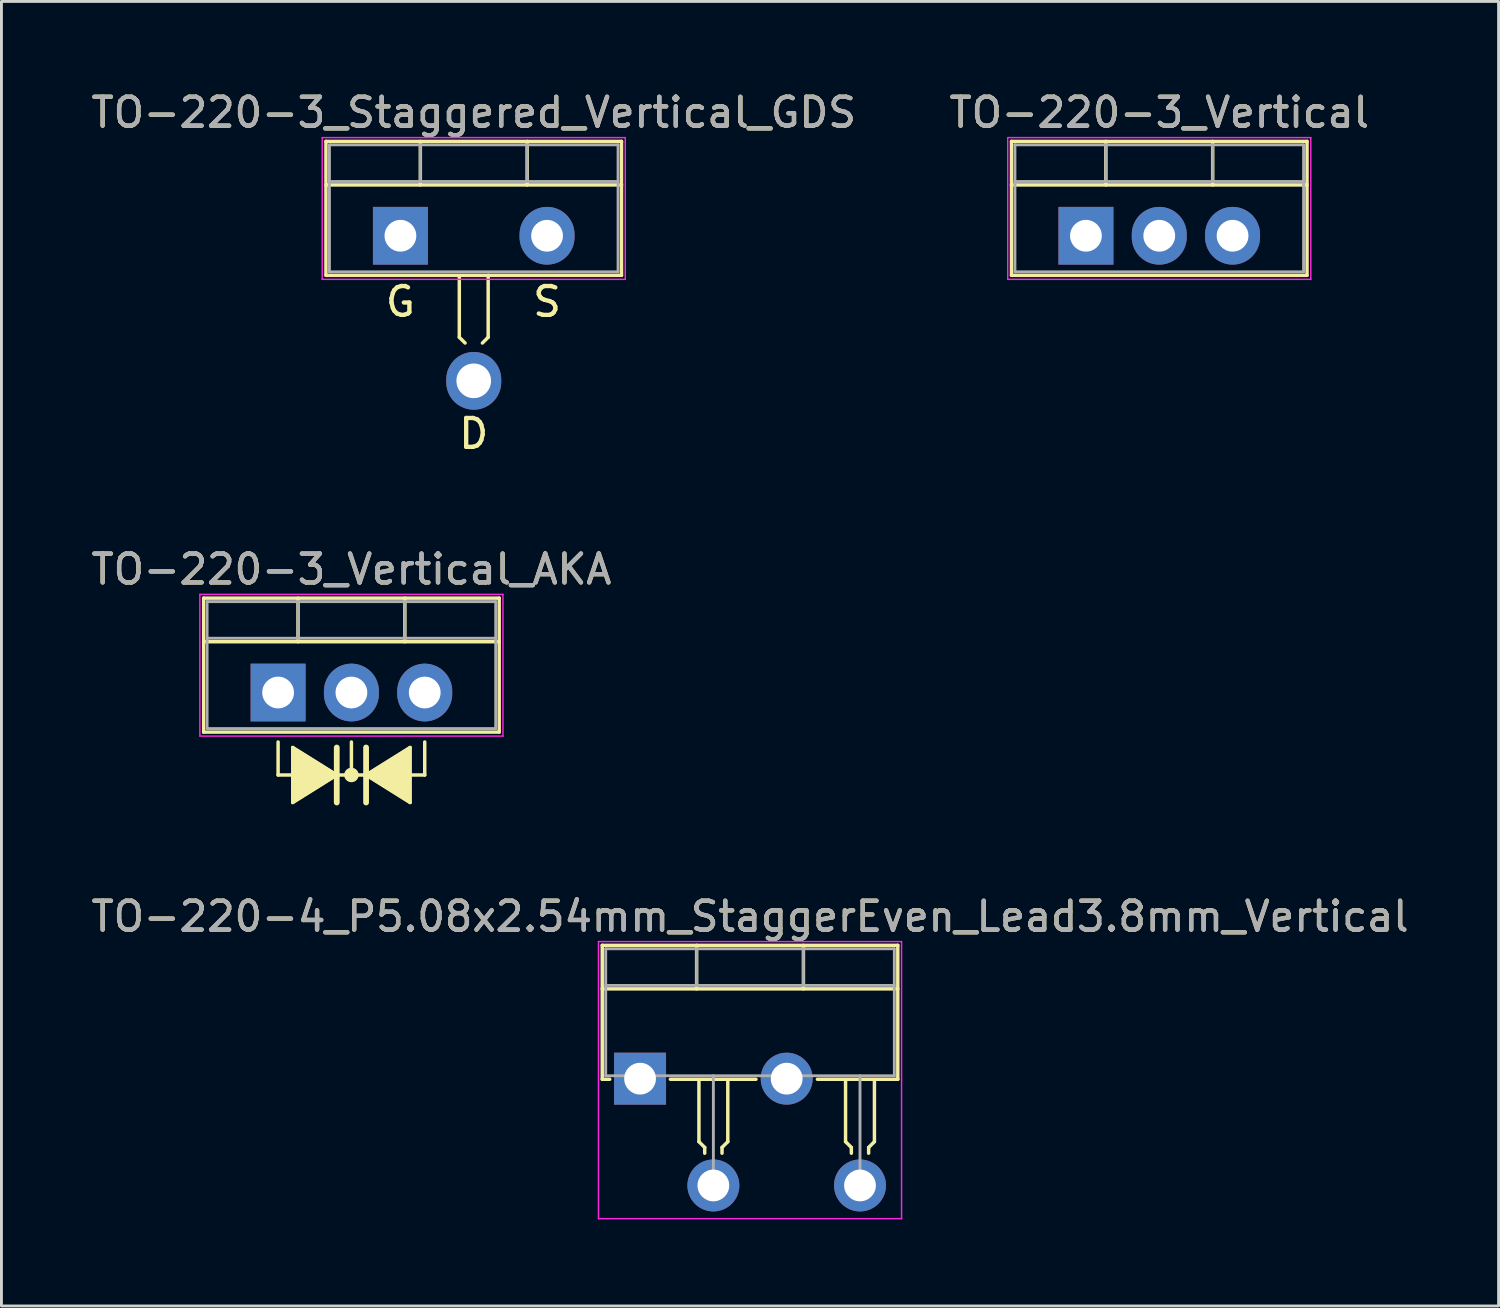
<source format=kicad_pcb>
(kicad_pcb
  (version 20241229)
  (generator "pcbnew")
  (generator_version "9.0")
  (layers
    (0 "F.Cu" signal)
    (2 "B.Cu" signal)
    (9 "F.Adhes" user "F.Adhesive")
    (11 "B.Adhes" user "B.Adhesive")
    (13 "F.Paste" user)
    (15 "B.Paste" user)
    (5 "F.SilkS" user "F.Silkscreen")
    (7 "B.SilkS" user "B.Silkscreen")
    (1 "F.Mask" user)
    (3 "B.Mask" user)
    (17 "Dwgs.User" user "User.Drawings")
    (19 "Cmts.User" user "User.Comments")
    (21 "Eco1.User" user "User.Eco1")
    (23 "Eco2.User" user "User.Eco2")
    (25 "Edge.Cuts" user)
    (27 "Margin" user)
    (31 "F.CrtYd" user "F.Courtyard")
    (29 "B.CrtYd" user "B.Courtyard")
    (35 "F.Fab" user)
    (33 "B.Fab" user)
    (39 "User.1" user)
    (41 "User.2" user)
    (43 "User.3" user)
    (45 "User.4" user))
  (footprint "TO-220-3_Staggered_Vertical_GDS"
    (layer "F.Cu")
    (at 10.823 5.118)
    (property "Reference" "TO-220-3_Staggered_Vertical_GDS" (at 2.54 -4.27 0) (layer "F.SilkS") (effects (font (size 1 1) (thickness 0.15))))
    (attr through_hole)
    (fp_line (start -2.58 -3.27) (end -2.58 1.371) (stroke (width 0.12) (type solid)) (layer "F.SilkS"))
    (fp_line (start -2.58 -3.27) (end 7.66 -3.27) (stroke (width 0.12) (type solid)) (layer "F.SilkS"))
    (fp_line (start -2.58 -1.76) (end 7.66 -1.76) (stroke (width 0.12) (type solid)) (layer "F.SilkS"))
    (fp_line (start -2.58 1.371) (end 3.048 1.371) (stroke (width 0.12) (type solid)) (layer "F.SilkS"))
    (fp_line (start 0.69 -3.27) (end 0.69 -1.76) (stroke (width 0.12) (type solid)) (layer "F.SilkS"))
    (fp_line (start 2.04 1.417) (end 2.04 3.517) (stroke (width 0.12) (type solid)) (layer "F.SilkS"))
    (fp_line (start 2.04 3.517) (end 2.24 3.716) (stroke (width 0.12) (type solid)) (layer "F.SilkS"))
    (fp_line (start 3.04 1.417) (end 3.04 3.517) (stroke (width 0.12) (type solid)) (layer "F.SilkS"))
    (fp_line (start 3.04 3.517) (end 2.84 3.716) (stroke (width 0.12) (type solid)) (layer "F.SilkS"))
    (fp_line (start 4.391 -3.27) (end 4.391 -1.76) (stroke (width 0.12) (type solid)) (layer "F.SilkS"))
    (fp_line (start 7.66 -3.27) (end 7.66 1.371) (stroke (width 0.12) (type solid)) (layer "F.SilkS"))
    (fp_line (start 7.66 1.371) (end 3.048 1.371) (stroke (width 0.12) (type solid)) (layer "F.SilkS"))
    (fp_line (start -2.71 -3.4) (end -2.71 1.51) (stroke (width 0.05) (type solid)) (layer "F.CrtYd"))
    (fp_line (start -2.71 1.51) (end 7.79 1.51) (stroke (width 0.05) (type solid)) (layer "F.CrtYd"))
    (fp_line (start 7.79 -3.4) (end -2.71 -3.4) (stroke (width 0.05) (type solid)) (layer "F.CrtYd"))
    (fp_line (start 7.79 1.51) (end 7.79 -3.4) (stroke (width 0.05) (type solid)) (layer "F.CrtYd"))
    (fp_line (start -2.46 -3.15) (end -2.46 1.25) (stroke (width 0.1) (type solid)) (layer "F.Fab"))
    (fp_line (start -2.46 -1.88) (end 7.54 -1.88) (stroke (width 0.1) (type solid)) (layer "F.Fab"))
    (fp_line (start -2.46 1.25) (end 7.54 1.25) (stroke (width 0.1) (type solid)) (layer "F.Fab"))
    (fp_line (start 0.69 -3.15) (end 0.69 -1.88) (stroke (width 0.1) (type solid)) (layer "F.Fab"))
    (fp_line (start 4.39 -3.15) (end 4.39 -1.88) (stroke (width 0.1) (type solid)) (layer "F.Fab"))
    (fp_line (start 7.54 -3.15) (end -2.46 -3.15) (stroke (width 0.1) (type solid)) (layer "F.Fab"))
    (fp_line (start 7.54 1.25) (end 7.54 -3.15) (stroke (width 0.1) (type solid)) (layer "F.Fab"))
    (fp_text user "S" (at 5.08 2.286 0) (layer "F.SilkS") (effects (font (size 1 1) (thickness 0.15))))
    (fp_text user "G" (at 0 2.286 0) (layer "F.SilkS") (effects (font (size 1 1) (thickness 0.15))))
    (fp_text user "D" (at 2.54 6.858 0) (layer "F.SilkS") (effects (font (size 1 1) (thickness 0.15))))
    (fp_text user "${REFERENCE}" (at 2.54 -4.27 0) (layer "F.Fab") (effects (font (size 1 1) (thickness 0.15))))
    (pad "1" thru_hole rect (at 0 0) (size 1.905 2) (drill 1.1) (layers "*.Cu" "*.Mask"))
    (pad "2" thru_hole oval (at 2.54 5.026) (size 1.905 2) (drill 1.2) (layers "*.Cu" "*.Mask"))
    (pad "3" thru_hole oval (at 5.08 0) (size 1.905 2) (drill 1.1) (layers "*.Cu" "*.Mask")))
  (footprint "TO-220-4_P5.08x2.54mm_StaggerEven_Lead3.8mm_Vertical"
    (layer "F.Cu")
    (at 19.125 34.321)
    (property "Reference" "TO-220-4_P5.08x2.54mm_StaggerEven_Lead3.8mm_Vertical" (at 3.81 -5.62 0) (layer "F.SilkS") (effects (font (size 1 1) (thickness 0.15))))
    (attr through_hole)
    (fp_line (start -1.31 -4.62) (end -1.31 0.021) (stroke (width 0.12) (type solid)) (layer "F.SilkS"))
    (fp_line (start -1.31 -4.62) (end 8.93 -4.62) (stroke (width 0.12) (type solid)) (layer "F.SilkS"))
    (fp_line (start -1.31 -3.111) (end 8.93 -3.111) (stroke (width 0.12) (type solid)) (layer "F.SilkS"))
    (fp_line (start -1.31 0.021) (end -1.05 0.021) (stroke (width 0.12) (type solid)) (layer "F.SilkS"))
    (fp_line (start 1.05 0.021) (end 4.016 0.021) (stroke (width 0.12) (type solid)) (layer "F.SilkS"))
    (fp_line (start 1.96 -4.62) (end 1.96 -3.111) (stroke (width 0.12) (type solid)) (layer "F.SilkS"))
    (fp_line (start 2.04 0.083) (end 2.04 2.183) (stroke (width 0.12) (type solid)) (layer "F.SilkS"))
    (fp_line (start 2.04 2.183) (end 2.24 2.383) (stroke (width 0.12) (type solid)) (layer "F.SilkS"))
    (fp_line (start 2.24 2.383) (end 2.24 2.583) (stroke (width 0.12) (type solid)) (layer "F.SilkS"))
    (fp_line (start 2.84 2.383) (end 2.84 2.583) (stroke (width 0.12) (type solid)) (layer "F.SilkS"))
    (fp_line (start 3.04 0.083) (end 3.04 2.183) (stroke (width 0.12) (type solid)) (layer "F.SilkS"))
    (fp_line (start 3.04 2.183) (end 2.84 2.383) (stroke (width 0.12) (type solid)) (layer "F.SilkS"))
    (fp_line (start 5.66 -4.62) (end 5.66 -3.111) (stroke (width 0.12) (type solid)) (layer "F.SilkS"))
    (fp_line (start 6.145 0.021) (end 8.93 0.021) (stroke (width 0.12) (type solid)) (layer "F.SilkS"))
    (fp_line (start 7.12 0.083) (end 7.12 2.183) (stroke (width 0.12) (type solid)) (layer "F.SilkS"))
    (fp_line (start 7.12 2.183) (end 7.32 2.383) (stroke (width 0.12) (type solid)) (layer "F.SilkS"))
    (fp_line (start 7.32 2.383) (end 7.32 2.583) (stroke (width 0.12) (type solid)) (layer "F.SilkS"))
    (fp_line (start 7.92 2.383) (end 7.92 2.583) (stroke (width 0.12) (type solid)) (layer "F.SilkS"))
    (fp_line (start 8.12 0.083) (end 8.12 2.183) (stroke (width 0.12) (type solid)) (layer "F.SilkS"))
    (fp_line (start 8.12 2.183) (end 7.92 2.383) (stroke (width 0.12) (type solid)) (layer "F.SilkS"))
    (fp_line (start 8.93 -4.62) (end 8.93 0.021) (stroke (width 0.12) (type solid)) (layer "F.SilkS"))
    (fp_line (start -1.44 -4.75) (end -1.44 4.85) (stroke (width 0.05) (type solid)) (layer "F.CrtYd"))
    (fp_line (start -1.44 4.85) (end 9.06 4.85) (stroke (width 0.05) (type solid)) (layer "F.CrtYd"))
    (fp_line (start 9.06 -4.75) (end -1.44 -4.75) (stroke (width 0.05) (type solid)) (layer "F.CrtYd"))
    (fp_line (start 9.06 4.85) (end 9.06 -4.75) (stroke (width 0.05) (type solid)) (layer "F.CrtYd"))
    (fp_line (start -1.19 -4.5) (end -1.19 -0.1) (stroke (width 0.1) (type solid)) (layer "F.Fab"))
    (fp_line (start -1.19 -3.23) (end 8.81 -3.23) (stroke (width 0.1) (type solid)) (layer "F.Fab"))
    (fp_line (start -1.19 -0.1) (end 8.81 -0.1) (stroke (width 0.1) (type solid)) (layer "F.Fab"))
    (fp_line (start 0 -0.1) (end 0 0) (stroke (width 0.1) (type solid)) (layer "F.Fab"))
    (fp_line (start 1.96 -4.5) (end 1.96 -3.23) (stroke (width 0.1) (type solid)) (layer "F.Fab"))
    (fp_line (start 2.54 -0.1) (end 2.54 3.7) (stroke (width 0.1) (type solid)) (layer "F.Fab"))
    (fp_line (start 5.08 -0.1) (end 5.08 0) (stroke (width 0.1) (type solid)) (layer "F.Fab"))
    (fp_line (start 5.66 -4.5) (end 5.66 -3.23) (stroke (width 0.1) (type solid)) (layer "F.Fab"))
    (fp_line (start 7.62 -0.1) (end 7.62 3.7) (stroke (width 0.1) (type solid)) (layer "F.Fab"))
    (fp_line (start 8.81 -4.5) (end -1.19 -4.5) (stroke (width 0.1) (type solid)) (layer "F.Fab"))
    (fp_line (start 8.81 -0.1) (end 8.81 -4.5) (stroke (width 0.1) (type solid)) (layer "F.Fab"))
    (fp_text user "${REFERENCE}" (at 3.81 -5.62 0) (layer "F.Fab") (effects (font (size 1 1) (thickness 0.15))))
    (pad "1" thru_hole rect (at 0 0) (size 1.8 1.8) (drill 1.1) (layers "*.Cu" "*.Mask"))
    (pad "2" thru_hole oval (at 2.54 3.7) (size 1.8 1.8) (drill 1.1) (layers "*.Cu" "*.Mask"))
    (pad "3" thru_hole oval (at 5.08 0) (size 1.8 1.8) (drill 1.1) (layers "*.Cu" "*.Mask"))
    (pad "4" thru_hole oval (at 7.62 3.7) (size 1.8 1.8) (drill 1.1) (layers "*.Cu" "*.Mask")))
  (footprint "TO-220-3_Vertical_AKA"
    (layer "F.Cu")
    (at 6.585 20.943)
    (property "Reference" "TO-220-3_Vertical_AKA" (at 2.54 -4.27 0) (layer "F.SilkS") (effects (font (size 1 1) (thickness 0.15))))
    (attr through_hole)
    (fp_line (start -2.58 -3.27) (end -2.58 1.371) (stroke (width 0.12) (type solid)) (layer "F.SilkS"))
    (fp_line (start -2.58 -3.27) (end 7.66 -3.27) (stroke (width 0.12) (type solid)) (layer "F.SilkS"))
    (fp_line (start -2.58 -1.76) (end 7.66 -1.76) (stroke (width 0.12) (type solid)) (layer "F.SilkS"))
    (fp_line (start -2.58 1.371) (end 7.66 1.371) (stroke (width 0.12) (type solid)) (layer "F.SilkS"))
    (fp_line (start 0 1.714) (end 0 2.857) (stroke (width 0.12) (type solid)) (layer "F.SilkS"))
    (fp_line (start 0 2.857) (end 0.508 2.857) (stroke (width 0.12) (type solid)) (layer "F.SilkS"))
    (fp_line (start 0.508 2.095) (end 0.508 1.905) (stroke (width 0.12) (type solid)) (layer "F.SilkS"))
    (fp_line (start 0.508 2.095) (end 0.508 3.619) (stroke (width 0.12) (type solid)) (layer "F.SilkS"))
    (fp_line (start 0.508 3.619) (end 0.508 3.81) (stroke (width 0.12) (type solid)) (layer "F.SilkS"))
    (fp_line (start 0.69 -3.27) (end 0.69 -1.76) (stroke (width 0.12) (type solid)) (layer "F.SilkS"))
    (fp_line (start 2.032 2.857) (end 0.508 1.905) (stroke (width 0.12) (type solid)) (layer "F.SilkS"))
    (fp_line (start 2.032 2.857) (end 0.508 3.81) (stroke (width 0.12) (type solid)) (layer "F.SilkS"))
    (fp_line (start 2.032 3.81) (end 2.032 1.905) (stroke (width 0.2) (type solid)) (layer "F.SilkS"))
    (fp_line (start 2.54 1.714) (end 2.54 2.857) (stroke (width 0.12) (type solid)) (layer "F.SilkS"))
    (fp_line (start 2.54 2.857) (end 2.032 2.857) (stroke (width 0.12) (type solid)) (layer "F.SilkS"))
    (fp_line (start 2.54 2.857) (end 3.048 2.857) (stroke (width 0.12) (type solid)) (layer "F.SilkS"))
    (fp_line (start 3.048 1.905) (end 3.048 3.81) (stroke (width 0.2) (type solid)) (layer "F.SilkS"))
    (fp_line (start 3.048 2.857) (end 4.572 3.81) (stroke (width 0.12) (type solid)) (layer "F.SilkS"))
    (fp_line (start 4.391 -3.27) (end 4.391 -1.76) (stroke (width 0.12) (type solid)) (layer "F.SilkS"))
    (fp_line (start 4.572 1.905) (end 3.048 2.857) (stroke (width 0.12) (type solid)) (layer "F.SilkS"))
    (fp_line (start 4.572 3.81) (end 4.572 1.905) (stroke (width 0.12) (type solid)) (layer "F.SilkS"))
    (fp_line (start 5.08 1.714) (end 5.08 2.857) (stroke (width 0.12) (type solid)) (layer "F.SilkS"))
    (fp_line (start 5.08 2.857) (end 4.572 2.857) (stroke (width 0.12) (type solid)) (layer "F.SilkS"))
    (fp_line (start 7.66 -3.27) (end 7.66 1.371) (stroke (width 0.12) (type solid)) (layer "F.SilkS"))
    (fp_circle (center 2.54 2.857) (end 2.54 2.921) (stroke (width 0.12) (type solid)) (fill no) (layer "F.SilkS"))
    (fp_circle (center 2.54 2.857) (end 2.54 2.985) (stroke (width 0.12) (type solid)) (fill no) (layer "F.SilkS"))
    (fp_circle (center 2.54 2.857) (end 2.54 3.048) (stroke (width 0.12) (type solid)) (fill no) (layer "F.SilkS"))
    (fp_poly (pts (xy 2.032 2.857) (xy 0.508 3.81) (xy 0.508 1.905)) (stroke (width 0.1) (type solid)) (fill yes) (layer "F.SilkS"))
    (fp_poly (pts (xy 4.572 3.81) (xy 3.048 2.857) (xy 4.572 1.905)) (stroke (width 0.1) (type solid)) (fill yes) (layer "F.SilkS"))
    (fp_line (start -2.71 -3.4) (end -2.71 1.51) (stroke (width 0.05) (type solid)) (layer "F.CrtYd"))
    (fp_line (start -2.71 1.51) (end 7.79 1.51) (stroke (width 0.05) (type solid)) (layer "F.CrtYd"))
    (fp_line (start 7.79 -3.4) (end -2.71 -3.4) (stroke (width 0.05) (type solid)) (layer "F.CrtYd"))
    (fp_line (start 7.79 1.51) (end 7.79 -3.4) (stroke (width 0.05) (type solid)) (layer "F.CrtYd"))
    (fp_line (start -2.46 -3.15) (end -2.46 1.25) (stroke (width 0.1) (type solid)) (layer "F.Fab"))
    (fp_line (start -2.46 -1.88) (end 7.54 -1.88) (stroke (width 0.1) (type solid)) (layer "F.Fab"))
    (fp_line (start -2.46 1.25) (end 7.54 1.25) (stroke (width 0.1) (type solid)) (layer "F.Fab"))
    (fp_line (start 0.69 -3.15) (end 0.69 -1.88) (stroke (width 0.1) (type solid)) (layer "F.Fab"))
    (fp_line (start 4.39 -3.15) (end 4.39 -1.88) (stroke (width 0.1) (type solid)) (layer "F.Fab"))
    (fp_line (start 7.54 -3.15) (end -2.46 -3.15) (stroke (width 0.1) (type solid)) (layer "F.Fab"))
    (fp_line (start 7.54 1.25) (end 7.54 -3.15) (stroke (width 0.1) (type solid)) (layer "F.Fab"))
    (fp_text user "${REFERENCE}" (at 2.54 -4.27 0) (layer "F.Fab") (effects (font (size 1 1) (thickness 0.15))))
    (pad "1" thru_hole rect (at 0 0) (size 1.905 2) (drill 1.1) (layers "*.Cu" "*.Mask"))
    (pad "2" thru_hole oval (at 2.54 0) (size 1.905 2) (drill 1.1) (layers "*.Cu" "*.Mask"))
    (pad "3" thru_hole oval (at 5.08 0) (size 1.905 2) (drill 1.1) (layers "*.Cu" "*.Mask")))
  (footprint "TO-220-3_Vertical"
    (layer "F.Cu")
    (at 34.573 5.118)
    (property "Reference" "TO-220-3_Vertical" (at 2.54 -4.27 0) (layer "F.SilkS") (effects (font (size 1 1) (thickness 0.15))))
    (attr through_hole)
    (fp_line (start -2.58 -3.27) (end -2.58 1.371) (stroke (width 0.12) (type solid)) (layer "F.SilkS"))
    (fp_line (start -2.58 -3.27) (end 7.66 -3.27) (stroke (width 0.12) (type solid)) (layer "F.SilkS"))
    (fp_line (start -2.58 -1.76) (end 7.66 -1.76) (stroke (width 0.12) (type solid)) (layer "F.SilkS"))
    (fp_line (start -2.58 1.371) (end 7.66 1.371) (stroke (width 0.12) (type solid)) (layer "F.SilkS"))
    (fp_line (start 0.69 -3.27) (end 0.69 -1.76) (stroke (width 0.12) (type solid)) (layer "F.SilkS"))
    (fp_line (start 4.391 -3.27) (end 4.391 -1.76) (stroke (width 0.12) (type solid)) (layer "F.SilkS"))
    (fp_line (start 7.66 -3.27) (end 7.66 1.371) (stroke (width 0.12) (type solid)) (layer "F.SilkS"))
    (fp_line (start -2.71 -3.4) (end -2.71 1.51) (stroke (width 0.05) (type solid)) (layer "F.CrtYd"))
    (fp_line (start -2.71 1.51) (end 7.79 1.51) (stroke (width 0.05) (type solid)) (layer "F.CrtYd"))
    (fp_line (start 7.79 -3.4) (end -2.71 -3.4) (stroke (width 0.05) (type solid)) (layer "F.CrtYd"))
    (fp_line (start 7.79 1.51) (end 7.79 -3.4) (stroke (width 0.05) (type solid)) (layer "F.CrtYd"))
    (fp_line (start -2.46 -3.15) (end -2.46 1.25) (stroke (width 0.1) (type solid)) (layer "F.Fab"))
    (fp_line (start -2.46 -1.88) (end 7.54 -1.88) (stroke (width 0.1) (type solid)) (layer "F.Fab"))
    (fp_line (start -2.46 1.25) (end 7.54 1.25) (stroke (width 0.1) (type solid)) (layer "F.Fab"))
    (fp_line (start 0.69 -3.15) (end 0.69 -1.88) (stroke (width 0.1) (type solid)) (layer "F.Fab"))
    (fp_line (start 4.39 -3.15) (end 4.39 -1.88) (stroke (width 0.1) (type solid)) (layer "F.Fab"))
    (fp_line (start 7.54 -3.15) (end -2.46 -3.15) (stroke (width 0.1) (type solid)) (layer "F.Fab"))
    (fp_line (start 7.54 1.25) (end 7.54 -3.15) (stroke (width 0.1) (type solid)) (layer "F.Fab"))
    (fp_text user "${REFERENCE}" (at 2.54 -4.27 0) (layer "F.Fab") (effects (font (size 1 1) (thickness 0.15))))
    (pad "1" thru_hole rect (at 0 0) (size 1.905 2) (drill 1.1) (layers "*.Cu" "*.Mask"))
    (pad "2" thru_hole oval (at 2.54 0) (size 1.905 2) (drill 1.1) (layers "*.Cu" "*.Mask"))
    (pad "3" thru_hole oval (at 5.08 0) (size 1.905 2) (drill 1.1) (layers "*.Cu" "*.Mask")))
  (gr_rect
    (start -3 -3)
    (end 48.869 42.196)
    (stroke (width 0.1) (type default))
    (fill no)
    (layer "Edge.Cuts")))
</source>
